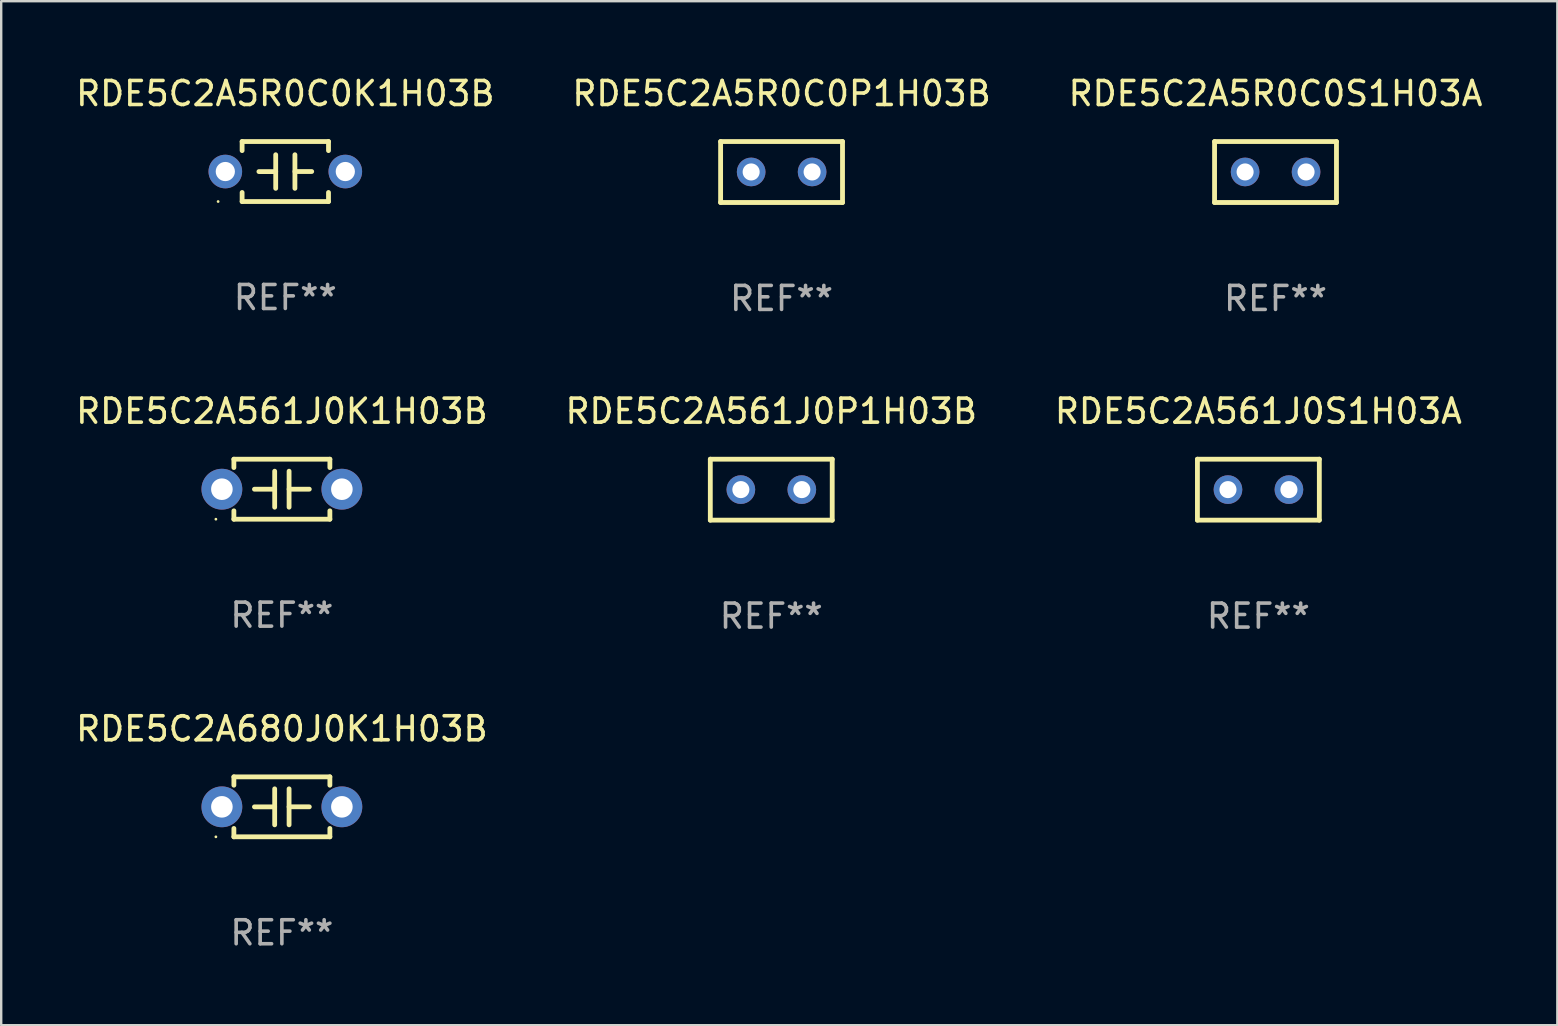
<source format=kicad_pcb>
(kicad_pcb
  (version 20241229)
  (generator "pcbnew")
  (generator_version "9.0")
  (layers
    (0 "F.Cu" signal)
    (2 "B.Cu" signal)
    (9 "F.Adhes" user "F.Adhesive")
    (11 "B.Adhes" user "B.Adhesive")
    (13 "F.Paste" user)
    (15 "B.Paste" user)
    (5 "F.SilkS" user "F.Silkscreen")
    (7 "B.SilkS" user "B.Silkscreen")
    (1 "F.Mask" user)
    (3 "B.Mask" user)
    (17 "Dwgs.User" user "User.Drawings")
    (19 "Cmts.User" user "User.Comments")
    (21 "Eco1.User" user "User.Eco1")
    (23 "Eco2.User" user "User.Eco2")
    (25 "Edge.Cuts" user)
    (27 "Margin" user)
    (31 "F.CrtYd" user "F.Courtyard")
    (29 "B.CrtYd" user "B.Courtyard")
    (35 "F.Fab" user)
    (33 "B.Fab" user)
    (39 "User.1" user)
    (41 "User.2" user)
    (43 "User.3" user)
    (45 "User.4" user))
  (footprint "RDE5C2A561J0K1H03B"
    (layer "F.Cu")
    (at 8.696 17.335)
    (property "Reference" "RDE5C2A561J0K1H03B" (at 0 -3.25 0) (layer "F.SilkS") (effects (font (size 1 1) (thickness 0.15))))
    (attr through_hole)
    (fp_line (start -2 -1.25) (end -2 -0.901) (stroke (width 0.2) (type solid)) (layer "F.SilkS"))
    (fp_line (start -2 -1.25) (end 2 -1.25) (stroke (width 0.2) (type solid)) (layer "F.SilkS"))
    (fp_line (start -2 0.901) (end -2 1.25) (stroke (width 0.2) (type solid)) (layer "F.SilkS"))
    (fp_line (start -0.3 -0.75) (end -0.3 0.75) (stroke (width 0.2) (type solid)) (layer "F.SilkS"))
    (fp_line (start -0.3 0.001) (end -1.143 0.001) (stroke (width 0.2) (type solid)) (layer "F.SilkS"))
    (fp_line (start 0.3 -0.001) (end 1.143 -0.001) (stroke (width 0.2) (type solid)) (layer "F.SilkS"))
    (fp_line (start 0.3 0.75) (end 0.3 -0.75) (stroke (width 0.2) (type solid)) (layer "F.SilkS"))
    (fp_line (start 2 -1.25) (end 2 -0.901) (stroke (width 0.2) (type solid)) (layer "F.SilkS"))
    (fp_line (start 2 0.901) (end 2 1.25) (stroke (width 0.2) (type solid)) (layer "F.SilkS"))
    (fp_line (start 2 1.25) (end -2 1.25) (stroke (width 0.2) (type solid)) (layer "F.SilkS"))
    (fp_circle (center -2.75 1.25) (end -2.72 1.25) (stroke (width 0.06) (type solid)) (fill no) (layer "F.SilkS"))
    (fp_text user "REF**" (at 0 5.25 0) (layer "F.Fab") (effects (font (size 1 1) (thickness 0.15))))
    (pad "1" thru_hole circle (at -2.5 0) (size 1.7 1.7) (drill 0.9) (layers "*.Cu" "*.Mask"))
    (pad "2" thru_hole circle (at 2.5 0) (size 1.7 1.7) (drill 0.9) (layers "*.Cu" "*.Mask")))
  (footprint "RDE5C2A5R0C0P1H03B"
    (layer "F.Cu")
    (at 29.518 4.118)
    (property "Reference" "RDE5C2A5R0C0P1H03B" (at 0 -3.27 0) (layer "F.SilkS") (effects (font (size 1 1) (thickness 0.15))))
    (attr through_hole)
    (fp_line (start -2.54 -1.27) (end -2.54 1.27) (stroke (width 0.201) (type solid)) (layer "F.SilkS"))
    (fp_line (start -2.54 1.27) (end 2.54 1.27) (stroke (width 0.201) (type solid)) (layer "F.SilkS"))
    (fp_line (start 2.54 -1.27) (end -2.54 -1.27) (stroke (width 0.201) (type solid)) (layer "F.SilkS"))
    (fp_line (start 2.54 1.27) (end 2.54 -1.27) (stroke (width 0.201) (type solid)) (layer "F.SilkS"))
    (fp_circle (center -2.497 1.247) (end -2.467 1.247) (stroke (width 0.06) (type solid)) (fill no) (layer "F.SilkS"))
    (fp_text user "REF**" (at 0 5.27 0) (layer "F.Fab") (effects (font (size 1 1) (thickness 0.15))))
    (pad "1" thru_hole circle (at -1.267 -0.003) (size 1.194 1.194) (drill 0.711) (layers "*.Cu" "*.Mask"))
    (pad "2" thru_hole circle (at 1.273 -0.003) (size 1.194 1.194) (drill 0.711) (layers "*.Cu" "*.Mask")))
  (footprint "RDE5C2A561J0P1H03B"
    (layer "F.Cu")
    (at 29.089 17.355)
    (property "Reference" "RDE5C2A561J0P1H03B" (at 0 -3.27 0) (layer "F.SilkS") (effects (font (size 1 1) (thickness 0.15))))
    (attr through_hole)
    (fp_line (start -2.54 -1.27) (end -2.54 1.27) (stroke (width 0.201) (type solid)) (layer "F.SilkS"))
    (fp_line (start -2.54 1.27) (end 2.54 1.27) (stroke (width 0.201) (type solid)) (layer "F.SilkS"))
    (fp_line (start 2.54 -1.27) (end -2.54 -1.27) (stroke (width 0.201) (type solid)) (layer "F.SilkS"))
    (fp_line (start 2.54 1.27) (end 2.54 -1.27) (stroke (width 0.201) (type solid)) (layer "F.SilkS"))
    (fp_circle (center -2.497 1.247) (end -2.467 1.247) (stroke (width 0.06) (type solid)) (fill no) (layer "F.SilkS"))
    (fp_text user "REF**" (at 0 5.27 0) (layer "F.Fab") (effects (font (size 1 1) (thickness 0.15))))
    (pad "1" thru_hole circle (at -1.267 -0.003) (size 1.194 1.194) (drill 0.711) (layers "*.Cu" "*.Mask"))
    (pad "2" thru_hole circle (at 1.273 -0.003) (size 1.194 1.194) (drill 0.711) (layers "*.Cu" "*.Mask")))
  (footprint "RDE5C2A561J0S1H03A"
    (layer "F.Cu")
    (at 49.387 17.355)
    (property "Reference" "RDE5C2A561J0S1H03A" (at 0 -3.27 0) (layer "F.SilkS") (effects (font (size 1 1) (thickness 0.15))))
    (attr through_hole)
    (fp_line (start -2.54 -1.27) (end -2.54 1.27) (stroke (width 0.201) (type solid)) (layer "F.SilkS"))
    (fp_line (start -2.54 1.27) (end 2.54 1.27) (stroke (width 0.201) (type solid)) (layer "F.SilkS"))
    (fp_line (start 2.54 -1.27) (end -2.54 -1.27) (stroke (width 0.201) (type solid)) (layer "F.SilkS"))
    (fp_line (start 2.54 1.27) (end 2.54 -1.27) (stroke (width 0.201) (type solid)) (layer "F.SilkS"))
    (fp_circle (center -2.497 1.247) (end -2.467 1.247) (stroke (width 0.06) (type solid)) (fill no) (layer "F.SilkS"))
    (fp_text user "REF**" (at 0 5.27 0) (layer "F.Fab") (effects (font (size 1 1) (thickness 0.15))))
    (pad "1" thru_hole circle (at -1.267 -0.003) (size 1.194 1.194) (drill 0.711) (layers "*.Cu" "*.Mask"))
    (pad "2" thru_hole circle (at 1.273 -0.003) (size 1.194 1.194) (drill 0.711) (layers "*.Cu" "*.Mask")))
  (footprint "RDE5C2A5R0C0S1H03A"
    (layer "F.Cu")
    (at 50.101 4.118)
    (property "Reference" "RDE5C2A5R0C0S1H03A" (at 0 -3.27 0) (layer "F.SilkS") (effects (font (size 1 1) (thickness 0.15))))
    (attr through_hole)
    (fp_line (start -2.54 -1.27) (end -2.54 1.27) (stroke (width 0.201) (type solid)) (layer "F.SilkS"))
    (fp_line (start -2.54 1.27) (end 2.54 1.27) (stroke (width 0.201) (type solid)) (layer "F.SilkS"))
    (fp_line (start 2.54 -1.27) (end -2.54 -1.27) (stroke (width 0.201) (type solid)) (layer "F.SilkS"))
    (fp_line (start 2.54 1.27) (end 2.54 -1.27) (stroke (width 0.201) (type solid)) (layer "F.SilkS"))
    (fp_circle (center -2.497 1.247) (end -2.467 1.247) (stroke (width 0.06) (type solid)) (fill no) (layer "F.SilkS"))
    (fp_text user "REF**" (at 0 5.27 0) (layer "F.Fab") (effects (font (size 1 1) (thickness 0.15))))
    (pad "1" thru_hole circle (at -1.267 -0.003) (size 1.194 1.194) (drill 0.711) (layers "*.Cu" "*.Mask"))
    (pad "2" thru_hole circle (at 1.273 -0.003) (size 1.194 1.194) (drill 0.711) (layers "*.Cu" "*.Mask")))
  (footprint "RDE5C2A5R0C0K1H03B"
    (layer "F.Cu")
    (at 8.839 4.098)
    (property "Reference" "RDE5C2A5R0C0K1H03B" (at 0 -3.25 0) (layer "F.SilkS") (effects (font (size 1 1) (thickness 0.15))))
    (attr through_hole)
    (fp_line (start -1.8 -1.25) (end -1.8 -0.872) (stroke (width 0.2) (type solid)) (layer "F.SilkS"))
    (fp_line (start -1.8 -1.25) (end 1.8 -1.25) (stroke (width 0.2) (type solid)) (layer "F.SilkS"))
    (fp_line (start -1.8 0.872) (end -1.8 1.25) (stroke (width 0.2) (type solid)) (layer "F.SilkS"))
    (fp_line (start -1.8 1.25) (end 1.8 1.25) (stroke (width 0.2) (type solid)) (layer "F.SilkS"))
    (fp_line (start -0.4 -0.7) (end -0.4 0.7) (stroke (width 0.2) (type solid)) (layer "F.SilkS"))
    (fp_line (start -0.4 0.002) (end -1.1 0.002) (stroke (width 0.2) (type solid)) (layer "F.SilkS"))
    (fp_line (start 0.4 -0.001) (end 1.1 -0.001) (stroke (width 0.2) (type solid)) (layer "F.SilkS"))
    (fp_line (start 0.4 0.7) (end 0.4 -0.7) (stroke (width 0.2) (type solid)) (layer "F.SilkS"))
    (fp_line (start 1.8 -1.25) (end 1.8 -0.872) (stroke (width 0.2) (type solid)) (layer "F.SilkS"))
    (fp_line (start 1.8 0.872) (end 1.8 1.25) (stroke (width 0.2) (type solid)) (layer "F.SilkS"))
    (fp_circle (center -2.8 1.25) (end -2.77 1.25) (stroke (width 0.06) (type solid)) (fill no) (layer "F.SilkS"))
    (fp_text user "REF**" (at 0 5.25 0) (layer "F.Fab") (effects (font (size 1 1) (thickness 0.15))))
    (pad "1" thru_hole circle (at -2.5 0) (size 1.4 1.4) (drill 0.8) (layers "*.Cu" "*.Mask"))
    (pad "2" thru_hole circle (at 2.5 0) (size 1.4 1.4) (drill 0.8) (layers "*.Cu" "*.Mask")))
  (footprint "RDE5C2A680J0K1H03B"
    (layer "F.Cu")
    (at 8.696 30.571)
    (property "Reference" "RDE5C2A680J0K1H03B" (at 0 -3.25 0) (layer "F.SilkS") (effects (font (size 1 1) (thickness 0.15))))
    (attr through_hole)
    (fp_line (start -2 -1.25) (end -2 -0.901) (stroke (width 0.2) (type solid)) (layer "F.SilkS"))
    (fp_line (start -2 -1.25) (end 2 -1.25) (stroke (width 0.2) (type solid)) (layer "F.SilkS"))
    (fp_line (start -2 0.901) (end -2 1.25) (stroke (width 0.2) (type solid)) (layer "F.SilkS"))
    (fp_line (start -0.3 -0.75) (end -0.3 0.75) (stroke (width 0.2) (type solid)) (layer "F.SilkS"))
    (fp_line (start -0.3 0.001) (end -1.143 0.001) (stroke (width 0.2) (type solid)) (layer "F.SilkS"))
    (fp_line (start 0.3 -0.001) (end 1.143 -0.001) (stroke (width 0.2) (type solid)) (layer "F.SilkS"))
    (fp_line (start 0.3 0.75) (end 0.3 -0.75) (stroke (width 0.2) (type solid)) (layer "F.SilkS"))
    (fp_line (start 2 -1.25) (end 2 -0.901) (stroke (width 0.2) (type solid)) (layer "F.SilkS"))
    (fp_line (start 2 0.901) (end 2 1.25) (stroke (width 0.2) (type solid)) (layer "F.SilkS"))
    (fp_line (start 2 1.25) (end -2 1.25) (stroke (width 0.2) (type solid)) (layer "F.SilkS"))
    (fp_circle (center -2.75 1.25) (end -2.72 1.25) (stroke (width 0.06) (type solid)) (fill no) (layer "F.SilkS"))
    (fp_text user "REF**" (at 0 5.25 0) (layer "F.Fab") (effects (font (size 1 1) (thickness 0.15))))
    (pad "1" thru_hole circle (at -2.5 0) (size 1.7 1.7) (drill 0.9) (layers "*.Cu" "*.Mask"))
    (pad "2" thru_hole circle (at 2.5 0) (size 1.7 1.7) (drill 0.9) (layers "*.Cu" "*.Mask")))
  (gr_rect
    (start -3 -3)
    (end 61.845 39.67)
    (stroke (width 0.1) (type default))
    (fill no)
    (layer "Edge.Cuts")))
</source>
